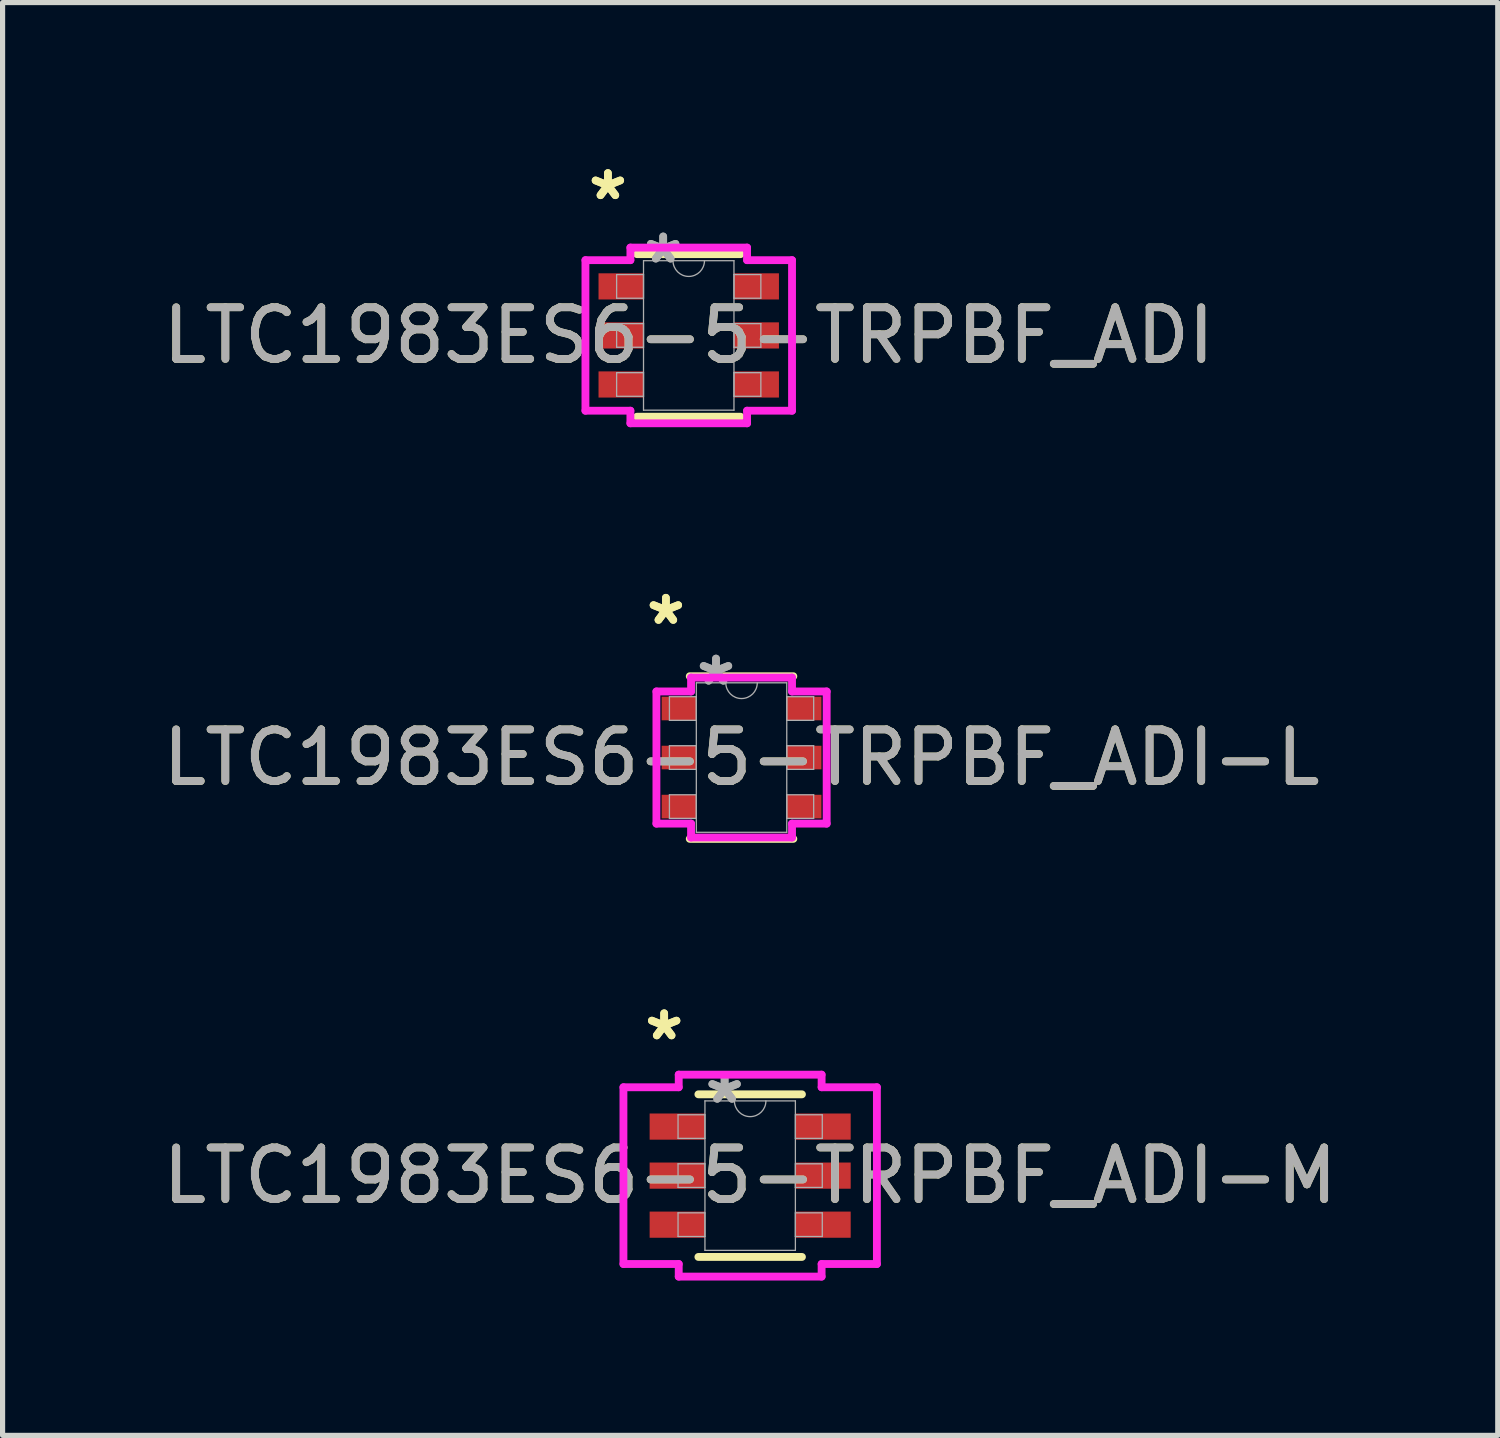
<source format=kicad_pcb>
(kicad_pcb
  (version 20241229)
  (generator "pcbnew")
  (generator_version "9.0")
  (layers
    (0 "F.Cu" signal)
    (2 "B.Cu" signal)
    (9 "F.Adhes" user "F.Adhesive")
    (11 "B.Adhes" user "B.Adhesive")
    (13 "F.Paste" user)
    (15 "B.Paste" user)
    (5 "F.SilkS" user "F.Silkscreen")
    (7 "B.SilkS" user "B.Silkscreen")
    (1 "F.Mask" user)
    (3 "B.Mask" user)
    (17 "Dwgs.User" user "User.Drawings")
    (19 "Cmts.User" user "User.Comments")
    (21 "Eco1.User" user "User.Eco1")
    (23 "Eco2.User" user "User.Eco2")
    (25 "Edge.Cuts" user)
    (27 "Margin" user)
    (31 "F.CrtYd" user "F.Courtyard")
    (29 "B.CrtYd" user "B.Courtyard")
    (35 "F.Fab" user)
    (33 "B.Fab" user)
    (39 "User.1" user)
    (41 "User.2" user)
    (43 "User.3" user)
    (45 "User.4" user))
  (footprint "LTC1983ES6-5-TRPBF_ADI-M"
    (layer "F.Cu")
    (at 11.482 19.724)
    (property "Reference" "LTC1983ES6-5-TRPBF_ADI-M" (at 0 0 0) (unlocked yes) (layer "F.SilkS") (effects (font (size 1 1) (thickness 0.15))))
    (attr smd)
    (fp_line (start -1.003 1.575) (end 1.003 1.575) (stroke (width 0.152) (type solid)) (layer "F.SilkS"))
    (fp_line (start 1.003 -1.575) (end -1.003 -1.575) (stroke (width 0.152) (type solid)) (layer "F.SilkS"))
    (fp_line (start -2.455 -1.712) (end -1.384 -1.712) (stroke (width 0.152) (type solid)) (layer "F.CrtYd"))
    (fp_line (start -2.455 1.712) (end -2.455 -1.712) (stroke (width 0.152) (type solid)) (layer "F.CrtYd"))
    (fp_line (start -2.455 1.712) (end -1.384 1.712) (stroke (width 0.152) (type solid)) (layer "F.CrtYd"))
    (fp_line (start -1.384 -1.956) (end 1.384 -1.956) (stroke (width 0.152) (type solid)) (layer "F.CrtYd"))
    (fp_line (start -1.384 -1.712) (end -1.384 -1.956) (stroke (width 0.152) (type solid)) (layer "F.CrtYd"))
    (fp_line (start -1.384 1.956) (end -1.384 1.712) (stroke (width 0.152) (type solid)) (layer "F.CrtYd"))
    (fp_line (start 1.384 -1.956) (end 1.384 -1.712) (stroke (width 0.152) (type solid)) (layer "F.CrtYd"))
    (fp_line (start 1.384 1.712) (end 1.384 1.956) (stroke (width 0.152) (type solid)) (layer "F.CrtYd"))
    (fp_line (start 1.384 1.956) (end -1.384 1.956) (stroke (width 0.152) (type solid)) (layer "F.CrtYd"))
    (fp_line (start 2.455 -1.712) (end 1.384 -1.712) (stroke (width 0.152) (type solid)) (layer "F.CrtYd"))
    (fp_line (start 2.455 -1.712) (end 2.455 1.712) (stroke (width 0.152) (type solid)) (layer "F.CrtYd"))
    (fp_line (start 2.455 1.712) (end 1.384 1.712) (stroke (width 0.152) (type solid)) (layer "F.CrtYd"))
    (fp_line (start -1.397 -1.179) (end -1.397 -0.721) (stroke (width 0.025) (type solid)) (layer "F.Fab"))
    (fp_line (start -1.397 -0.721) (end -0.876 -0.721) (stroke (width 0.025) (type solid)) (layer "F.Fab"))
    (fp_line (start -1.397 -0.229) (end -1.397 0.229) (stroke (width 0.025) (type solid)) (layer "F.Fab"))
    (fp_line (start -1.397 0.229) (end -0.876 0.229) (stroke (width 0.025) (type solid)) (layer "F.Fab"))
    (fp_line (start -1.397 0.721) (end -1.397 1.179) (stroke (width 0.025) (type solid)) (layer "F.Fab"))
    (fp_line (start -1.397 1.179) (end -0.876 1.179) (stroke (width 0.025) (type solid)) (layer "F.Fab"))
    (fp_line (start -0.876 -1.448) (end -0.876 1.448) (stroke (width 0.025) (type solid)) (layer "F.Fab"))
    (fp_line (start -0.876 -1.179) (end -1.397 -1.179) (stroke (width 0.025) (type solid)) (layer "F.Fab"))
    (fp_line (start -0.876 -0.721) (end -0.876 -1.179) (stroke (width 0.025) (type solid)) (layer "F.Fab"))
    (fp_line (start -0.876 -0.229) (end -1.397 -0.229) (stroke (width 0.025) (type solid)) (layer "F.Fab"))
    (fp_line (start -0.876 0.229) (end -0.876 -0.229) (stroke (width 0.025) (type solid)) (layer "F.Fab"))
    (fp_line (start -0.876 0.721) (end -1.397 0.721) (stroke (width 0.025) (type solid)) (layer "F.Fab"))
    (fp_line (start -0.876 1.179) (end -0.876 0.721) (stroke (width 0.025) (type solid)) (layer "F.Fab"))
    (fp_line (start -0.876 1.448) (end 0.876 1.448) (stroke (width 0.025) (type solid)) (layer "F.Fab"))
    (fp_line (start 0.876 -1.448) (end -0.876 -1.448) (stroke (width 0.025) (type solid)) (layer "F.Fab"))
    (fp_line (start 0.876 -1.179) (end 0.876 -0.721) (stroke (width 0.025) (type solid)) (layer "F.Fab"))
    (fp_line (start 0.876 -0.721) (end 1.397 -0.721) (stroke (width 0.025) (type solid)) (layer "F.Fab"))
    (fp_line (start 0.876 -0.229) (end 0.876 0.229) (stroke (width 0.025) (type solid)) (layer "F.Fab"))
    (fp_line (start 0.876 0.229) (end 1.397 0.229) (stroke (width 0.025) (type solid)) (layer "F.Fab"))
    (fp_line (start 0.876 0.721) (end 0.876 1.179) (stroke (width 0.025) (type solid)) (layer "F.Fab"))
    (fp_line (start 0.876 1.179) (end 1.397 1.179) (stroke (width 0.025) (type solid)) (layer "F.Fab"))
    (fp_line (start 0.876 1.448) (end 0.876 -1.448) (stroke (width 0.025) (type solid)) (layer "F.Fab"))
    (fp_line (start 1.397 -1.179) (end 0.876 -1.179) (stroke (width 0.025) (type solid)) (layer "F.Fab"))
    (fp_line (start 1.397 -0.721) (end 1.397 -1.179) (stroke (width 0.025) (type solid)) (layer "F.Fab"))
    (fp_line (start 1.397 -0.229) (end 0.876 -0.229) (stroke (width 0.025) (type solid)) (layer "F.Fab"))
    (fp_line (start 1.397 0.229) (end 1.397 -0.229) (stroke (width 0.025) (type solid)) (layer "F.Fab"))
    (fp_line (start 1.397 0.721) (end 0.876 0.721) (stroke (width 0.025) (type solid)) (layer "F.Fab"))
    (fp_line (start 1.397 1.179) (end 1.397 0.721) (stroke (width 0.025) (type solid)) (layer "F.Fab"))
    (fp_arc (start 0.3048 -1.4478) (mid 0 -1.143) (end -0.3048 -1.4478) (stroke (width 0.0254) (type solid)) (layer "F.Fab"))
    (fp_text user "*" (at -1.666 -2.6 0) (layer "F.SilkS") (effects (font (size 1 1) (thickness 0.15))))
    (fp_text user "*" (at -1.666 -2.6 0) (unlocked yes) (layer "F.SilkS") (effects (font (size 1 1) (thickness 0.15))))
    (fp_text user "${REFERENCE}" (at 0 0 0) (unlocked yes) (layer "F.Fab") (effects (font (size 1 1) (thickness 0.15))))
    (fp_text user "*" (at -0.495 -1.372 0) (unlocked yes) (layer "F.Fab") (effects (font (size 1 1) (thickness 0.15))))
    (fp_text user "*" (at -0.495 -1.372 0) (layer "F.Fab") (effects (font (size 1 1) (thickness 0.15))))
    (pad "1" smd rect (at -1.412 -0.95) (size 1.071 0.507) (layers "F.Cu" "F.Mask" "F.Paste"))
    (pad "2" smd rect (at -1.412 0) (size 1.071 0.507) (layers "F.Cu" "F.Mask" "F.Paste"))
    (pad "3" smd rect (at -1.412 0.95) (size 1.071 0.507) (layers "F.Cu" "F.Mask" "F.Paste"))
    (pad "4" smd rect (at 1.412 0.95) (size 1.071 0.507) (layers "F.Cu" "F.Mask" "F.Paste"))
    (pad "5" smd rect (at 1.412 0) (size 1.071 0.507) (layers "F.Cu" "F.Mask" "F.Paste"))
    (pad "6" smd rect (at 1.412 -0.95) (size 1.071 0.507) (layers "F.Cu" "F.Mask" "F.Paste")))
  (footprint "LTC1983ES6-5-TRPBF_ADI"
    (layer "F.Cu")
    (at 10.292 3.448)
    (property "Reference" "LTC1983ES6-5-TRPBF_ADI" (at 0 0 0) (unlocked yes) (layer "F.SilkS") (effects (font (size 1 1) (thickness 0.15))))
    (attr smd)
    (fp_line (start -1.003 1.575) (end 1.003 1.575) (stroke (width 0.152) (type solid)) (layer "F.SilkS"))
    (fp_line (start 1.003 -1.575) (end -1.003 -1.575) (stroke (width 0.152) (type solid)) (layer "F.SilkS"))
    (fp_line (start -2.001 -1.458) (end -1.13 -1.458) (stroke (width 0.152) (type solid)) (layer "F.CrtYd"))
    (fp_line (start -2.001 1.458) (end -2.001 -1.458) (stroke (width 0.152) (type solid)) (layer "F.CrtYd"))
    (fp_line (start -2.001 1.458) (end -1.13 1.458) (stroke (width 0.152) (type solid)) (layer "F.CrtYd"))
    (fp_line (start -1.13 -1.702) (end 1.13 -1.702) (stroke (width 0.152) (type solid)) (layer "F.CrtYd"))
    (fp_line (start -1.13 -1.458) (end -1.13 -1.702) (stroke (width 0.152) (type solid)) (layer "F.CrtYd"))
    (fp_line (start -1.13 1.702) (end -1.13 1.458) (stroke (width 0.152) (type solid)) (layer "F.CrtYd"))
    (fp_line (start 1.13 -1.702) (end 1.13 -1.458) (stroke (width 0.152) (type solid)) (layer "F.CrtYd"))
    (fp_line (start 1.13 1.458) (end 1.13 1.702) (stroke (width 0.152) (type solid)) (layer "F.CrtYd"))
    (fp_line (start 1.13 1.702) (end -1.13 1.702) (stroke (width 0.152) (type solid)) (layer "F.CrtYd"))
    (fp_line (start 2.001 -1.458) (end 1.13 -1.458) (stroke (width 0.152) (type solid)) (layer "F.CrtYd"))
    (fp_line (start 2.001 -1.458) (end 2.001 1.458) (stroke (width 0.152) (type solid)) (layer "F.CrtYd"))
    (fp_line (start 2.001 1.458) (end 1.13 1.458) (stroke (width 0.152) (type solid)) (layer "F.CrtYd"))
    (fp_line (start -1.397 -1.179) (end -1.397 -0.721) (stroke (width 0.025) (type solid)) (layer "F.Fab"))
    (fp_line (start -1.397 -0.721) (end -0.876 -0.721) (stroke (width 0.025) (type solid)) (layer "F.Fab"))
    (fp_line (start -1.397 -0.229) (end -1.397 0.229) (stroke (width 0.025) (type solid)) (layer "F.Fab"))
    (fp_line (start -1.397 0.229) (end -0.876 0.229) (stroke (width 0.025) (type solid)) (layer "F.Fab"))
    (fp_line (start -1.397 0.721) (end -1.397 1.179) (stroke (width 0.025) (type solid)) (layer "F.Fab"))
    (fp_line (start -1.397 1.179) (end -0.876 1.179) (stroke (width 0.025) (type solid)) (layer "F.Fab"))
    (fp_line (start -0.876 -1.448) (end -0.876 1.448) (stroke (width 0.025) (type solid)) (layer "F.Fab"))
    (fp_line (start -0.876 -1.179) (end -1.397 -1.179) (stroke (width 0.025) (type solid)) (layer "F.Fab"))
    (fp_line (start -0.876 -0.721) (end -0.876 -1.179) (stroke (width 0.025) (type solid)) (layer "F.Fab"))
    (fp_line (start -0.876 -0.229) (end -1.397 -0.229) (stroke (width 0.025) (type solid)) (layer "F.Fab"))
    (fp_line (start -0.876 0.229) (end -0.876 -0.229) (stroke (width 0.025) (type solid)) (layer "F.Fab"))
    (fp_line (start -0.876 0.721) (end -1.397 0.721) (stroke (width 0.025) (type solid)) (layer "F.Fab"))
    (fp_line (start -0.876 1.179) (end -0.876 0.721) (stroke (width 0.025) (type solid)) (layer "F.Fab"))
    (fp_line (start -0.876 1.448) (end 0.876 1.448) (stroke (width 0.025) (type solid)) (layer "F.Fab"))
    (fp_line (start 0.876 -1.448) (end -0.876 -1.448) (stroke (width 0.025) (type solid)) (layer "F.Fab"))
    (fp_line (start 0.876 -1.179) (end 0.876 -0.721) (stroke (width 0.025) (type solid)) (layer "F.Fab"))
    (fp_line (start 0.876 -0.721) (end 1.397 -0.721) (stroke (width 0.025) (type solid)) (layer "F.Fab"))
    (fp_line (start 0.876 -0.229) (end 0.876 0.229) (stroke (width 0.025) (type solid)) (layer "F.Fab"))
    (fp_line (start 0.876 0.229) (end 1.397 0.229) (stroke (width 0.025) (type solid)) (layer "F.Fab"))
    (fp_line (start 0.876 0.721) (end 0.876 1.179) (stroke (width 0.025) (type solid)) (layer "F.Fab"))
    (fp_line (start 0.876 1.179) (end 1.397 1.179) (stroke (width 0.025) (type solid)) (layer "F.Fab"))
    (fp_line (start 0.876 1.448) (end 0.876 -1.448) (stroke (width 0.025) (type solid)) (layer "F.Fab"))
    (fp_line (start 1.397 -1.179) (end 0.876 -1.179) (stroke (width 0.025) (type solid)) (layer "F.Fab"))
    (fp_line (start 1.397 -0.721) (end 1.397 -1.179) (stroke (width 0.025) (type solid)) (layer "F.Fab"))
    (fp_line (start 1.397 -0.229) (end 0.876 -0.229) (stroke (width 0.025) (type solid)) (layer "F.Fab"))
    (fp_line (start 1.397 0.229) (end 1.397 -0.229) (stroke (width 0.025) (type solid)) (layer "F.Fab"))
    (fp_line (start 1.397 0.721) (end 0.876 0.721) (stroke (width 0.025) (type solid)) (layer "F.Fab"))
    (fp_line (start 1.397 1.179) (end 1.397 0.721) (stroke (width 0.025) (type solid)) (layer "F.Fab"))
    (fp_arc (start 0.3048 -1.4478) (mid 0 -1.143) (end -0.3048 -1.4478) (stroke (width 0.0254) (type solid)) (layer "F.Fab"))
    (fp_text user "*" (at -1.566 -2.6 0) (unlocked yes) (layer "F.SilkS") (effects (font (size 1 1) (thickness 0.15))))
    (fp_text user "*" (at -1.566 -2.6 0) (layer "F.SilkS") (effects (font (size 1 1) (thickness 0.15))))
    (fp_text user "${REFERENCE}" (at 0 0 0) (unlocked yes) (layer "F.Fab") (effects (font (size 1 1) (thickness 0.15))))
    (fp_text user "*" (at -0.495 -1.372 0) (layer "F.Fab") (effects (font (size 1 1) (thickness 0.15))))
    (fp_text user "*" (at -0.495 -1.372 0) (unlocked yes) (layer "F.Fab") (effects (font (size 1 1) (thickness 0.15))))
    (pad "1" smd rect (at -1.312 -0.95) (size 0.871 0.507) (layers "F.Cu" "F.Mask" "F.Paste"))
    (pad "2" smd rect (at -1.312 0) (size 0.871 0.507) (layers "F.Cu" "F.Mask" "F.Paste"))
    (pad "3" smd rect (at -1.312 0.95) (size 0.871 0.507) (layers "F.Cu" "F.Mask" "F.Paste"))
    (pad "4" smd rect (at 1.312 0.95) (size 0.871 0.507) (layers "F.Cu" "F.Mask" "F.Paste"))
    (pad "5" smd rect (at 1.312 0) (size 0.871 0.507) (layers "F.Cu" "F.Mask" "F.Paste"))
    (pad "6" smd rect (at 1.312 -0.95) (size 0.871 0.507) (layers "F.Cu" "F.Mask" "F.Paste")))
  (footprint "LTC1983ES6-5-TRPBF_ADI-L"
    (layer "F.Cu")
    (at 11.315 11.625)
    (property "Reference" "LTC1983ES6-5-TRPBF_ADI-L" (at 0 0 0) (unlocked yes) (layer "F.SilkS") (effects (font (size 1 1) (thickness 0.15))))
    (attr smd)
    (fp_line (start -1.003 1.575) (end 1.003 1.575) (stroke (width 0.152) (type solid)) (layer "F.SilkS"))
    (fp_line (start 1.003 -1.575) (end -1.003 -1.575) (stroke (width 0.152) (type solid)) (layer "F.SilkS"))
    (fp_line (start -1.649 -1.28) (end -0.978 -1.28) (stroke (width 0.152) (type solid)) (layer "F.CrtYd"))
    (fp_line (start -1.649 1.28) (end -1.649 -1.28) (stroke (width 0.152) (type solid)) (layer "F.CrtYd"))
    (fp_line (start -1.649 1.28) (end -0.978 1.28) (stroke (width 0.152) (type solid)) (layer "F.CrtYd"))
    (fp_line (start -0.978 -1.549) (end 0.978 -1.549) (stroke (width 0.152) (type solid)) (layer "F.CrtYd"))
    (fp_line (start -0.978 -1.28) (end -0.978 -1.549) (stroke (width 0.152) (type solid)) (layer "F.CrtYd"))
    (fp_line (start -0.978 1.549) (end -0.978 1.28) (stroke (width 0.152) (type solid)) (layer "F.CrtYd"))
    (fp_line (start 0.978 -1.549) (end 0.978 -1.28) (stroke (width 0.152) (type solid)) (layer "F.CrtYd"))
    (fp_line (start 0.978 1.28) (end 0.978 1.549) (stroke (width 0.152) (type solid)) (layer "F.CrtYd"))
    (fp_line (start 0.978 1.549) (end -0.978 1.549) (stroke (width 0.152) (type solid)) (layer "F.CrtYd"))
    (fp_line (start 1.649 -1.28) (end 0.978 -1.28) (stroke (width 0.152) (type solid)) (layer "F.CrtYd"))
    (fp_line (start 1.649 -1.28) (end 1.649 1.28) (stroke (width 0.152) (type solid)) (layer "F.CrtYd"))
    (fp_line (start 1.649 1.28) (end 0.978 1.28) (stroke (width 0.152) (type solid)) (layer "F.CrtYd"))
    (fp_line (start -1.397 -1.179) (end -1.397 -0.721) (stroke (width 0.025) (type solid)) (layer "F.Fab"))
    (fp_line (start -1.397 -0.721) (end -0.876 -0.721) (stroke (width 0.025) (type solid)) (layer "F.Fab"))
    (fp_line (start -1.397 -0.229) (end -1.397 0.229) (stroke (width 0.025) (type solid)) (layer "F.Fab"))
    (fp_line (start -1.397 0.229) (end -0.876 0.229) (stroke (width 0.025) (type solid)) (layer "F.Fab"))
    (fp_line (start -1.397 0.721) (end -1.397 1.179) (stroke (width 0.025) (type solid)) (layer "F.Fab"))
    (fp_line (start -1.397 1.179) (end -0.876 1.179) (stroke (width 0.025) (type solid)) (layer "F.Fab"))
    (fp_line (start -0.876 -1.448) (end -0.876 1.448) (stroke (width 0.025) (type solid)) (layer "F.Fab"))
    (fp_line (start -0.876 -1.179) (end -1.397 -1.179) (stroke (width 0.025) (type solid)) (layer "F.Fab"))
    (fp_line (start -0.876 -0.721) (end -0.876 -1.179) (stroke (width 0.025) (type solid)) (layer "F.Fab"))
    (fp_line (start -0.876 -0.229) (end -1.397 -0.229) (stroke (width 0.025) (type solid)) (layer "F.Fab"))
    (fp_line (start -0.876 0.229) (end -0.876 -0.229) (stroke (width 0.025) (type solid)) (layer "F.Fab"))
    (fp_line (start -0.876 0.721) (end -1.397 0.721) (stroke (width 0.025) (type solid)) (layer "F.Fab"))
    (fp_line (start -0.876 1.179) (end -0.876 0.721) (stroke (width 0.025) (type solid)) (layer "F.Fab"))
    (fp_line (start -0.876 1.448) (end 0.876 1.448) (stroke (width 0.025) (type solid)) (layer "F.Fab"))
    (fp_line (start 0.876 -1.448) (end -0.876 -1.448) (stroke (width 0.025) (type solid)) (layer "F.Fab"))
    (fp_line (start 0.876 -1.179) (end 0.876 -0.721) (stroke (width 0.025) (type solid)) (layer "F.Fab"))
    (fp_line (start 0.876 -0.721) (end 1.397 -0.721) (stroke (width 0.025) (type solid)) (layer "F.Fab"))
    (fp_line (start 0.876 -0.229) (end 0.876 0.229) (stroke (width 0.025) (type solid)) (layer "F.Fab"))
    (fp_line (start 0.876 0.229) (end 1.397 0.229) (stroke (width 0.025) (type solid)) (layer "F.Fab"))
    (fp_line (start 0.876 0.721) (end 0.876 1.179) (stroke (width 0.025) (type solid)) (layer "F.Fab"))
    (fp_line (start 0.876 1.179) (end 1.397 1.179) (stroke (width 0.025) (type solid)) (layer "F.Fab"))
    (fp_line (start 0.876 1.448) (end 0.876 -1.448) (stroke (width 0.025) (type solid)) (layer "F.Fab"))
    (fp_line (start 1.397 -1.179) (end 0.876 -1.179) (stroke (width 0.025) (type solid)) (layer "F.Fab"))
    (fp_line (start 1.397 -0.721) (end 1.397 -1.179) (stroke (width 0.025) (type solid)) (layer "F.Fab"))
    (fp_line (start 1.397 -0.229) (end 0.876 -0.229) (stroke (width 0.025) (type solid)) (layer "F.Fab"))
    (fp_line (start 1.397 0.229) (end 1.397 -0.229) (stroke (width 0.025) (type solid)) (layer "F.Fab"))
    (fp_line (start 1.397 0.721) (end 0.876 0.721) (stroke (width 0.025) (type solid)) (layer "F.Fab"))
    (fp_line (start 1.397 1.179) (end 1.397 0.721) (stroke (width 0.025) (type solid)) (layer "F.Fab"))
    (fp_arc (start 0.3048 -1.4478) (mid 0 -1.143) (end -0.3048 -1.4478) (stroke (width 0.0254) (type solid)) (layer "F.Fab"))
    (fp_text user "*" (at -1.466 -2.55 0) (layer "F.SilkS") (effects (font (size 1 1) (thickness 0.15))))
    (fp_text user "*" (at -1.466 -2.55 0) (unlocked yes) (layer "F.SilkS") (effects (font (size 1 1) (thickness 0.15))))
    (fp_text user "*" (at -0.495 -1.372 0) (layer "F.Fab") (effects (font (size 1 1) (thickness 0.15))))
    (fp_text user "${REFERENCE}" (at 0 0 0) (unlocked yes) (layer "F.Fab") (effects (font (size 1 1) (thickness 0.15))))
    (fp_text user "*" (at -0.495 -1.372 0) (unlocked yes) (layer "F.Fab") (effects (font (size 1 1) (thickness 0.15))))
    (pad "1" smd rect (at -1.212 -0.95) (size 0.671 0.457) (layers "F.Cu" "F.Mask" "F.Paste"))
    (pad "2" smd rect (at -1.212 0) (size 0.671 0.457) (layers "F.Cu" "F.Mask" "F.Paste"))
    (pad "3" smd rect (at -1.212 0.95) (size 0.671 0.457) (layers "F.Cu" "F.Mask" "F.Paste"))
    (pad "4" smd rect (at 1.212 0.95) (size 0.671 0.457) (layers "F.Cu" "F.Mask" "F.Paste"))
    (pad "5" smd rect (at 1.212 0) (size 0.671 0.457) (layers "F.Cu" "F.Mask" "F.Paste"))
    (pad "6" smd rect (at 1.212 -0.95) (size 0.671 0.457) (layers "F.Cu" "F.Mask" "F.Paste")))
  (gr_rect
    (start -3 -3)
    (end 25.964 24.756)
    (stroke (width 0.1) (type default))
    (fill no)
    (layer "Edge.Cuts")))
</source>
